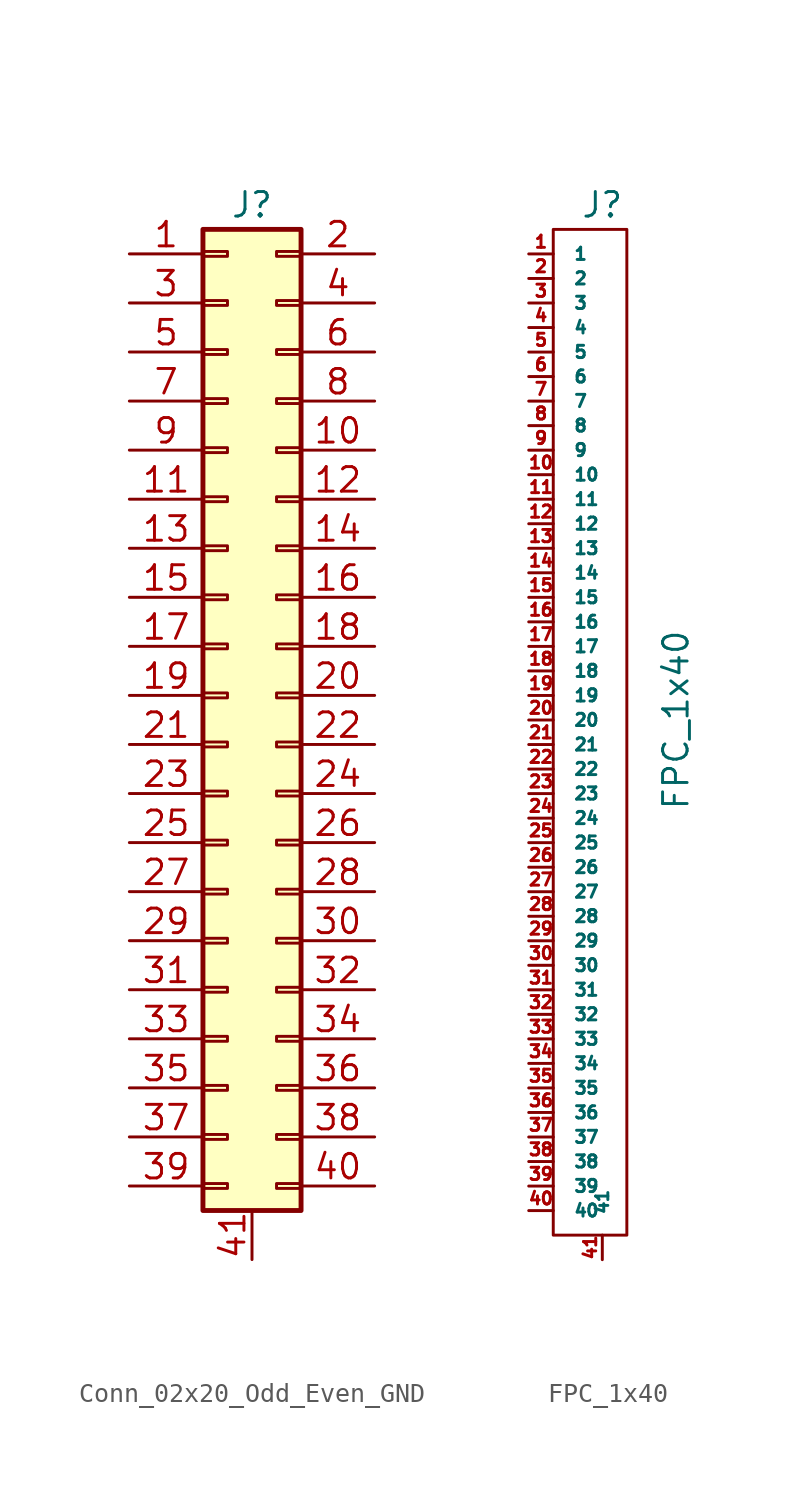
<source format=kicad_sym>
(kicad_symbol_lib
  (version 20220914)
  (generator kicad_symbol_editor)
  (symbol "Conn_02x20_Odd_Even_GND"
    (pin_names
      (offset 1.016) hide)
    (property "Reference" "J"
      (at 1.27 25.4 0)
      (effects (font (size 1.27 1.27))))
    (symbol "Conn_02x20_Odd_Even_GND_1_1"
      (rectangle (start -1.27 -25.273) (end 0 -25.527) (stroke (width 0.152) (type default)) (fill (type none)))
      (rectangle (start -1.27 -22.733) (end 0 -22.987) (stroke (width 0.152) (type default)) (fill (type none)))
      (rectangle (start -1.27 -20.193) (end 0 -20.447) (stroke (width 0.152) (type default)) (fill (type none)))
      (rectangle (start -1.27 -17.653) (end 0 -17.907) (stroke (width 0.152) (type default)) (fill (type none)))
      (rectangle (start -1.27 -15.113) (end 0 -15.367) (stroke (width 0.152) (type default)) (fill (type none)))
      (rectangle (start -1.27 -12.573) (end 0 -12.827) (stroke (width 0.152) (type default)) (fill (type none)))
      (rectangle (start -1.27 -10.033) (end 0 -10.287) (stroke (width 0.152) (type default)) (fill (type none)))
      (rectangle (start -1.27 -7.493) (end 0 -7.747) (stroke (width 0.152) (type default)) (fill (type none)))
      (rectangle (start -1.27 -4.953) (end 0 -5.207) (stroke (width 0.152) (type default)) (fill (type none)))
      (rectangle (start -1.27 -2.413) (end 0 -2.667) (stroke (width 0.152) (type default)) (fill (type none)))
      (rectangle (start -1.27 0.127) (end 0 -0.127) (stroke (width 0.152) (type default)) (fill (type none)))
      (rectangle (start -1.27 2.667) (end 0 2.413) (stroke (width 0.152) (type default)) (fill (type none)))
      (rectangle (start -1.27 5.207) (end 0 4.953) (stroke (width 0.152) (type default)) (fill (type none)))
      (rectangle (start -1.27 7.747) (end 0 7.493) (stroke (width 0.152) (type default)) (fill (type none)))
      (rectangle (start -1.27 10.287) (end 0 10.033) (stroke (width 0.152) (type default)) (fill (type none)))
      (rectangle (start -1.27 12.827) (end 0 12.573) (stroke (width 0.152) (type default)) (fill (type none)))
      (rectangle (start -1.27 15.367) (end 0 15.113) (stroke (width 0.152) (type default)) (fill (type none)))
      (rectangle (start -1.27 17.907) (end 0 17.653) (stroke (width 0.152) (type default)) (fill (type none)))
      (rectangle (start -1.27 20.447) (end 0 20.193) (stroke (width 0.152) (type default)) (fill (type none)))
      (rectangle (start -1.27 22.987) (end 0 22.733) (stroke (width 0.152) (type default)) (fill (type none)))
      (rectangle (start -1.27 24.13) (end 3.81 -26.67) (stroke (width 0.254) (type default)) (fill (type background)))
      (rectangle (start 3.81 -25.273) (end 2.54 -25.527) (stroke (width 0.152) (type default)) (fill (type none)))
      (rectangle (start 3.81 -22.733) (end 2.54 -22.987) (stroke (width 0.152) (type default)) (fill (type none)))
      (rectangle (start 3.81 -20.193) (end 2.54 -20.447) (stroke (width 0.152) (type default)) (fill (type none)))
      (rectangle (start 3.81 -17.653) (end 2.54 -17.907) (stroke (width 0.152) (type default)) (fill (type none)))
      (rectangle (start 3.81 -15.113) (end 2.54 -15.367) (stroke (width 0.152) (type default)) (fill (type none)))
      (rectangle (start 3.81 -12.573) (end 2.54 -12.827) (stroke (width 0.152) (type default)) (fill (type none)))
      (rectangle (start 3.81 -10.033) (end 2.54 -10.287) (stroke (width 0.152) (type default)) (fill (type none)))
      (rectangle (start 3.81 -7.493) (end 2.54 -7.747) (stroke (width 0.152) (type default)) (fill (type none)))
      (rectangle (start 3.81 -4.953) (end 2.54 -5.207) (stroke (width 0.152) (type default)) (fill (type none)))
      (rectangle (start 3.81 -2.413) (end 2.54 -2.667) (stroke (width 0.152) (type default)) (fill (type none)))
      (rectangle (start 3.81 0.127) (end 2.54 -0.127) (stroke (width 0.152) (type default)) (fill (type none)))
      (rectangle (start 3.81 2.667) (end 2.54 2.413) (stroke (width 0.152) (type default)) (fill (type none)))
      (rectangle (start 3.81 5.207) (end 2.54 4.953) (stroke (width 0.152) (type default)) (fill (type none)))
      (rectangle (start 3.81 7.747) (end 2.54 7.493) (stroke (width 0.152) (type default)) (fill (type none)))
      (rectangle (start 3.81 10.287) (end 2.54 10.033) (stroke (width 0.152) (type default)) (fill (type none)))
      (rectangle (start 3.81 12.827) (end 2.54 12.573) (stroke (width 0.152) (type default)) (fill (type none)))
      (rectangle (start 3.81 15.367) (end 2.54 15.113) (stroke (width 0.152) (type default)) (fill (type none)))
      (rectangle (start 3.81 17.907) (end 2.54 17.653) (stroke (width 0.152) (type default)) (fill (type none)))
      (rectangle (start 3.81 20.447) (end 2.54 20.193) (stroke (width 0.152) (type default)) (fill (type none)))
      (rectangle (start 3.81 22.987) (end 2.54 22.733) (stroke (width 0.152) (type default)) (fill (type none)))
      (pin passive line (at -5.08 22.86 0) (length 3.81) (name "Pin_1" (effects (font (size 1.27 1.27)))) (number "1" (effects (font (size 1.27 1.27)))))
      (pin passive line (at 7.62 12.7 180) (length 3.81) (name "Pin_10" (effects (font (size 1.27 1.27)))) (number "10" (effects (font (size 1.27 1.27)))))
      (pin passive line (at -5.08 10.16 0) (length 3.81) (name "Pin_11" (effects (font (size 1.27 1.27)))) (number "11" (effects (font (size 1.27 1.27)))))
      (pin passive line (at 7.62 10.16 180) (length 3.81) (name "Pin_12" (effects (font (size 1.27 1.27)))) (number "12" (effects (font (size 1.27 1.27)))))
      (pin passive line (at -5.08 7.62 0) (length 3.81) (name "Pin_13" (effects (font (size 1.27 1.27)))) (number "13" (effects (font (size 1.27 1.27)))))
      (pin passive line (at 7.62 7.62 180) (length 3.81) (name "Pin_14" (effects (font (size 1.27 1.27)))) (number "14" (effects (font (size 1.27 1.27)))))
      (pin passive line (at -5.08 5.08 0) (length 3.81) (name "Pin_15" (effects (font (size 1.27 1.27)))) (number "15" (effects (font (size 1.27 1.27)))))
      (pin passive line (at 7.62 5.08 180) (length 3.81) (name "Pin_16" (effects (font (size 1.27 1.27)))) (number "16" (effects (font (size 1.27 1.27)))))
      (pin passive line (at -5.08 2.54 0) (length 3.81) (name "Pin_17" (effects (font (size 1.27 1.27)))) (number "17" (effects (font (size 1.27 1.27)))))
      (pin passive line (at 7.62 2.54 180) (length 3.81) (name "Pin_18" (effects (font (size 1.27 1.27)))) (number "18" (effects (font (size 1.27 1.27)))))
      (pin passive line (at -5.08 0 0) (length 3.81) (name "Pin_19" (effects (font (size 1.27 1.27)))) (number "19" (effects (font (size 1.27 1.27)))))
      (pin passive line (at 7.62 22.86 180) (length 3.81) (name "Pin_2" (effects (font (size 1.27 1.27)))) (number "2" (effects (font (size 1.27 1.27)))))
      (pin passive line (at 7.62 0 180) (length 3.81) (name "Pin_20" (effects (font (size 1.27 1.27)))) (number "20" (effects (font (size 1.27 1.27)))))
      (pin passive line (at -5.08 -2.54 0) (length 3.81) (name "Pin_21" (effects (font (size 1.27 1.27)))) (number "21" (effects (font (size 1.27 1.27)))))
      (pin passive line (at 7.62 -2.54 180) (length 3.81) (name "Pin_22" (effects (font (size 1.27 1.27)))) (number "22" (effects (font (size 1.27 1.27)))))
      (pin passive line (at -5.08 -5.08 0) (length 3.81) (name "Pin_23" (effects (font (size 1.27 1.27)))) (number "23" (effects (font (size 1.27 1.27)))))
      (pin passive line (at 7.62 -5.08 180) (length 3.81) (name "Pin_24" (effects (font (size 1.27 1.27)))) (number "24" (effects (font (size 1.27 1.27)))))
      (pin passive line (at -5.08 -7.62 0) (length 3.81) (name "Pin_25" (effects (font (size 1.27 1.27)))) (number "25" (effects (font (size 1.27 1.27)))))
      (pin passive line (at 7.62 -7.62 180) (length 3.81) (name "Pin_26" (effects (font (size 1.27 1.27)))) (number "26" (effects (font (size 1.27 1.27)))))
      (pin passive line (at -5.08 -10.16 0) (length 3.81) (name "Pin_27" (effects (font (size 1.27 1.27)))) (number "27" (effects (font (size 1.27 1.27)))))
      (pin passive line (at 7.62 -10.16 180) (length 3.81) (name "Pin_28" (effects (font (size 1.27 1.27)))) (number "28" (effects (font (size 1.27 1.27)))))
      (pin passive line (at -5.08 -12.7 0) (length 3.81) (name "Pin_29" (effects (font (size 1.27 1.27)))) (number "29" (effects (font (size 1.27 1.27)))))
      (pin passive line (at -5.08 20.32 0) (length 3.81) (name "Pin_3" (effects (font (size 1.27 1.27)))) (number "3" (effects (font (size 1.27 1.27)))))
      (pin passive line (at 7.62 -12.7 180) (length 3.81) (name "Pin_30" (effects (font (size 1.27 1.27)))) (number "30" (effects (font (size 1.27 1.27)))))
      (pin passive line (at -5.08 -15.24 0) (length 3.81) (name "Pin_31" (effects (font (size 1.27 1.27)))) (number "31" (effects (font (size 1.27 1.27)))))
      (pin passive line (at 7.62 -15.24 180) (length 3.81) (name "Pin_32" (effects (font (size 1.27 1.27)))) (number "32" (effects (font (size 1.27 1.27)))))
      (pin passive line (at -5.08 -17.78 0) (length 3.81) (name "Pin_33" (effects (font (size 1.27 1.27)))) (number "33" (effects (font (size 1.27 1.27)))))
      (pin passive line (at 7.62 -17.78 180) (length 3.81) (name "Pin_34" (effects (font (size 1.27 1.27)))) (number "34" (effects (font (size 1.27 1.27)))))
      (pin passive line (at -5.08 -20.32 0) (length 3.81) (name "Pin_35" (effects (font (size 1.27 1.27)))) (number "35" (effects (font (size 1.27 1.27)))))
      (pin passive line (at 7.62 -20.32 180) (length 3.81) (name "Pin_36" (effects (font (size 1.27 1.27)))) (number "36" (effects (font (size 1.27 1.27)))))
      (pin passive line (at -5.08 -22.86 0) (length 3.81) (name "Pin_37" (effects (font (size 1.27 1.27)))) (number "37" (effects (font (size 1.27 1.27)))))
      (pin passive line (at 7.62 -22.86 180) (length 3.81) (name "Pin_38" (effects (font (size 1.27 1.27)))) (number "38" (effects (font (size 1.27 1.27)))))
      (pin passive line (at -5.08 -25.4 0) (length 3.81) (name "Pin_39" (effects (font (size 1.27 1.27)))) (number "39" (effects (font (size 1.27 1.27)))))
      (pin passive line (at 7.62 20.32 180) (length 3.81) (name "Pin_4" (effects (font (size 1.27 1.27)))) (number "4" (effects (font (size 1.27 1.27)))))
      (pin passive line (at 7.62 -25.4 180) (length 3.81) (name "Pin_40" (effects (font (size 1.27 1.27)))) (number "40" (effects (font (size 1.27 1.27)))))
      (pin passive line (at 1.27 -29.21 90) (length 2.54) (name "41" (effects (font (size 1.27 1.27)))) (number "41" (effects (font (size 1.27 1.27)))))
      (pin passive line (at -5.08 17.78 0) (length 3.81) (name "Pin_5" (effects (font (size 1.27 1.27)))) (number "5" (effects (font (size 1.27 1.27)))))
      (pin passive line (at 7.62 17.78 180) (length 3.81) (name "Pin_6" (effects (font (size 1.27 1.27)))) (number "6" (effects (font (size 1.27 1.27)))))
      (pin passive line (at -5.08 15.24 0) (length 3.81) (name "Pin_7" (effects (font (size 1.27 1.27)))) (number "7" (effects (font (size 1.27 1.27)))))
      (pin passive line (at 7.62 15.24 180) (length 3.81) (name "Pin_8" (effects (font (size 1.27 1.27)))) (number "8" (effects (font (size 1.27 1.27)))))
      (pin passive line (at -5.08 12.7 0) (length 3.81) (name "Pin_9" (effects (font (size 1.27 1.27)))) (number "9" (effects (font (size 1.27 1.27)))))))
  (symbol "FPC_1x40"
    (pin_names
      (offset 1.016))
    (property "Reference" "J"
      (at 0 26.67 0)
      (effects (font (size 1.27 1.27))))
    (property "Value" "FPC_1x40"
      (at 3.81 0 90)
      (effects (font (size 1.27 1.27))))
    (symbol "FPC_1x40_0_1"
      (rectangle (start 1.27 -26.67) (end -2.54 25.4) (stroke (width 0) (type default)) (fill (type none))))
    (symbol "FPC_1x40_1_1"
      (pin bidirectional line (at -3.81 24.13 0) (length 1.27) (name "1" (effects (font (size 0.635 0.635)))) (number "1" (effects (font (size 0.635 0.635)))))
      (pin bidirectional line (at -3.81 12.7 0) (length 1.27) (name "10" (effects (font (size 0.635 0.635)))) (number "10" (effects (font (size 0.635 0.635)))))
      (pin bidirectional line (at -3.81 11.43 0) (length 1.27) (name "11" (effects (font (size 0.635 0.635)))) (number "11" (effects (font (size 0.635 0.635)))))
      (pin bidirectional line (at -3.81 10.16 0) (length 1.27) (name "12" (effects (font (size 0.635 0.635)))) (number "12" (effects (font (size 0.635 0.635)))))
      (pin bidirectional line (at -3.81 8.89 0) (length 1.27) (name "13" (effects (font (size 0.635 0.635)))) (number "13" (effects (font (size 0.635 0.635)))))
      (pin bidirectional line (at -3.81 7.62 0) (length 1.27) (name "14" (effects (font (size 0.635 0.635)))) (number "14" (effects (font (size 0.635 0.635)))))
      (pin bidirectional line (at -3.81 6.35 0) (length 1.27) (name "15" (effects (font (size 0.635 0.635)))) (number "15" (effects (font (size 0.635 0.635)))))
      (pin bidirectional line (at -3.81 5.08 0) (length 1.27) (name "16" (effects (font (size 0.635 0.635)))) (number "16" (effects (font (size 0.635 0.635)))))
      (pin bidirectional line (at -3.81 3.81 0) (length 1.27) (name "17" (effects (font (size 0.635 0.635)))) (number "17" (effects (font (size 0.635 0.635)))))
      (pin bidirectional line (at -3.81 2.54 0) (length 1.27) (name "18" (effects (font (size 0.635 0.635)))) (number "18" (effects (font (size 0.635 0.635)))))
      (pin bidirectional line (at -3.81 1.27 0) (length 1.27) (name "19" (effects (font (size 0.635 0.635)))) (number "19" (effects (font (size 0.635 0.635)))))
      (pin bidirectional line (at -3.81 22.86 0) (length 1.27) (name "2" (effects (font (size 0.635 0.635)))) (number "2" (effects (font (size 0.635 0.635)))))
      (pin bidirectional line (at -3.81 0 0) (length 1.27) (name "20" (effects (font (size 0.635 0.635)))) (number "20" (effects (font (size 0.635 0.635)))))
      (pin bidirectional line (at -3.81 -1.27 0) (length 1.27) (name "21" (effects (font (size 0.635 0.635)))) (number "21" (effects (font (size 0.635 0.635)))))
      (pin bidirectional line (at -3.81 -2.54 0) (length 1.27) (name "22" (effects (font (size 0.635 0.635)))) (number "22" (effects (font (size 0.635 0.635)))))
      (pin bidirectional line (at -3.81 -3.81 0) (length 1.27) (name "23" (effects (font (size 0.635 0.635)))) (number "23" (effects (font (size 0.635 0.635)))))
      (pin bidirectional line (at -3.81 -5.08 0) (length 1.27) (name "24" (effects (font (size 0.635 0.635)))) (number "24" (effects (font (size 0.635 0.635)))))
      (pin bidirectional line (at -3.81 -6.35 0) (length 1.27) (name "25" (effects (font (size 0.635 0.635)))) (number "25" (effects (font (size 0.635 0.635)))))
      (pin bidirectional line (at -3.81 -7.62 0) (length 1.27) (name "26" (effects (font (size 0.635 0.635)))) (number "26" (effects (font (size 0.635 0.635)))))
      (pin bidirectional line (at -3.81 -8.89 0) (length 1.27) (name "27" (effects (font (size 0.635 0.635)))) (number "27" (effects (font (size 0.635 0.635)))))
      (pin bidirectional line (at -3.81 -10.16 0) (length 1.27) (name "28" (effects (font (size 0.635 0.635)))) (number "28" (effects (font (size 0.635 0.635)))))
      (pin bidirectional line (at -3.81 -11.43 0) (length 1.27) (name "29" (effects (font (size 0.635 0.635)))) (number "29" (effects (font (size 0.635 0.635)))))
      (pin bidirectional line (at -3.81 21.59 0) (length 1.27) (name "3" (effects (font (size 0.635 0.635)))) (number "3" (effects (font (size 0.635 0.635)))))
      (pin bidirectional line (at -3.81 -12.7 0) (length 1.27) (name "30" (effects (font (size 0.635 0.635)))) (number "30" (effects (font (size 0.635 0.635)))))
      (pin bidirectional line (at -3.81 -13.97 0) (length 1.27) (name "31" (effects (font (size 0.635 0.635)))) (number "31" (effects (font (size 0.635 0.635)))))
      (pin bidirectional line (at -3.81 -15.24 0) (length 1.27) (name "32" (effects (font (size 0.635 0.635)))) (number "32" (effects (font (size 0.635 0.635)))))
      (pin bidirectional line (at -3.81 -16.51 0) (length 1.27) (name "33" (effects (font (size 0.635 0.635)))) (number "33" (effects (font (size 0.635 0.635)))))
      (pin bidirectional line (at -3.81 -17.78 0) (length 1.27) (name "34" (effects (font (size 0.635 0.635)))) (number "34" (effects (font (size 0.635 0.635)))))
      (pin bidirectional line (at -3.81 -19.05 0) (length 1.27) (name "35" (effects (font (size 0.635 0.635)))) (number "35" (effects (font (size 0.635 0.635)))))
      (pin bidirectional line (at -3.81 -20.32 0) (length 1.27) (name "36" (effects (font (size 0.635 0.635)))) (number "36" (effects (font (size 0.635 0.635)))))
      (pin bidirectional line (at -3.81 -21.59 0) (length 1.27) (name "37" (effects (font (size 0.635 0.635)))) (number "37" (effects (font (size 0.635 0.635)))))
      (pin bidirectional line (at -3.81 -22.86 0) (length 1.27) (name "38" (effects (font (size 0.635 0.635)))) (number "38" (effects (font (size 0.635 0.635)))))
      (pin bidirectional line (at -3.81 -24.13 0) (length 1.27) (name "39" (effects (font (size 0.635 0.635)))) (number "39" (effects (font (size 0.635 0.635)))))
      (pin bidirectional line (at -3.81 20.32 0) (length 1.27) (name "4" (effects (font (size 0.635 0.635)))) (number "4" (effects (font (size 0.635 0.635)))))
      (pin bidirectional line (at -3.81 -25.4 0) (length 1.27) (name "40" (effects (font (size 0.635 0.635)))) (number "40" (effects (font (size 0.635 0.635)))))
      (pin bidirectional line (at 0 -27.94 90) (length 1.27) (name "41" (effects (font (size 0.635 0.635)))) (number "41" (effects (font (size 0.635 0.635)))))
      (pin bidirectional line (at -3.81 19.05 0) (length 1.27) (name "5" (effects (font (size 0.635 0.635)))) (number "5" (effects (font (size 0.635 0.635)))))
      (pin bidirectional line (at -3.81 17.78 0) (length 1.27) (name "6" (effects (font (size 0.635 0.635)))) (number "6" (effects (font (size 0.635 0.635)))))
      (pin bidirectional line (at -3.81 16.51 0) (length 1.27) (name "7" (effects (font (size 0.635 0.635)))) (number "7" (effects (font (size 0.635 0.635)))))
      (pin bidirectional line (at -3.81 15.24 0) (length 1.27) (name "8" (effects (font (size 0.635 0.635)))) (number "8" (effects (font (size 0.635 0.635)))))
      (pin bidirectional line (at -3.81 13.97 0) (length 1.27) (name "9" (effects (font (size 0.635 0.635)))) (number "9" (effects (font (size 0.635 0.635))))))))
</source>
